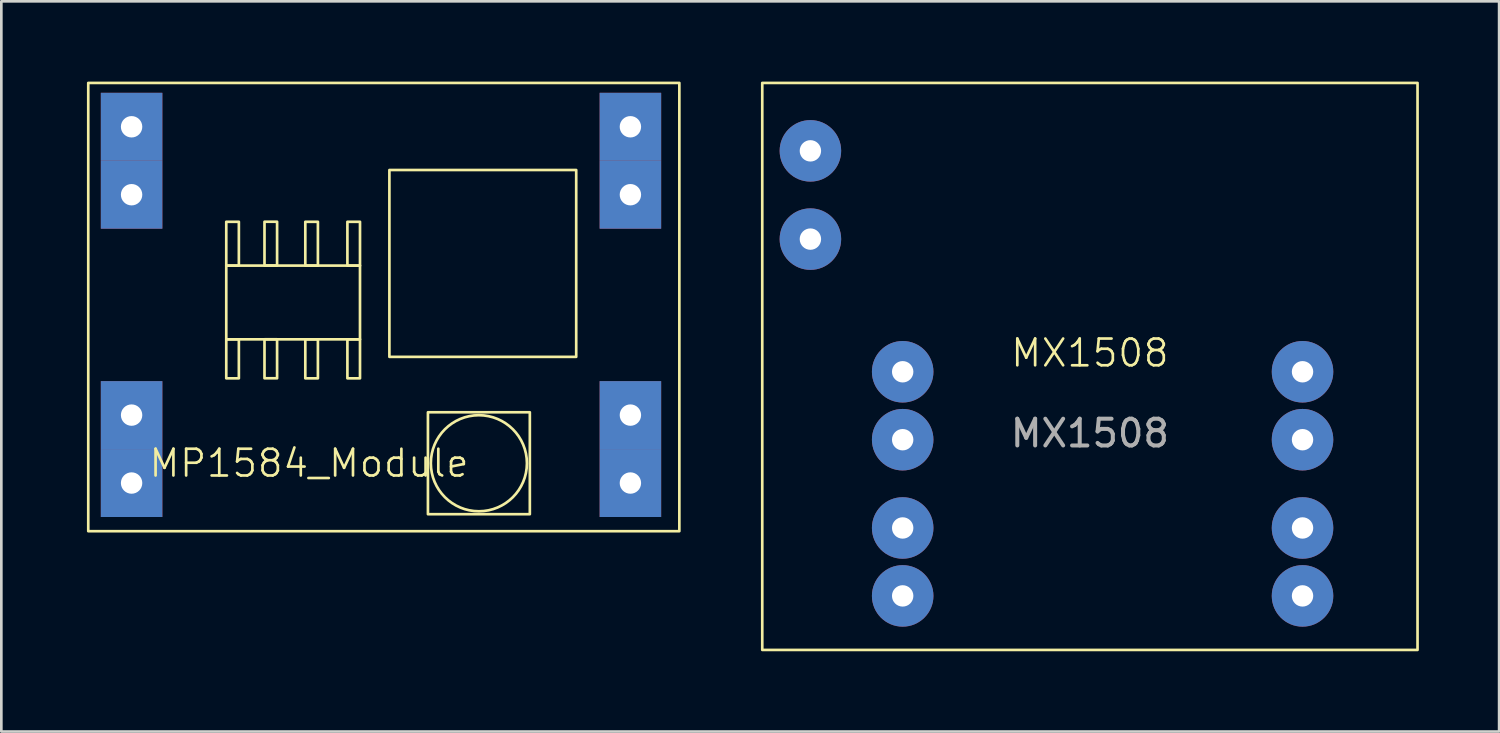
<source format=kicad_pcb>
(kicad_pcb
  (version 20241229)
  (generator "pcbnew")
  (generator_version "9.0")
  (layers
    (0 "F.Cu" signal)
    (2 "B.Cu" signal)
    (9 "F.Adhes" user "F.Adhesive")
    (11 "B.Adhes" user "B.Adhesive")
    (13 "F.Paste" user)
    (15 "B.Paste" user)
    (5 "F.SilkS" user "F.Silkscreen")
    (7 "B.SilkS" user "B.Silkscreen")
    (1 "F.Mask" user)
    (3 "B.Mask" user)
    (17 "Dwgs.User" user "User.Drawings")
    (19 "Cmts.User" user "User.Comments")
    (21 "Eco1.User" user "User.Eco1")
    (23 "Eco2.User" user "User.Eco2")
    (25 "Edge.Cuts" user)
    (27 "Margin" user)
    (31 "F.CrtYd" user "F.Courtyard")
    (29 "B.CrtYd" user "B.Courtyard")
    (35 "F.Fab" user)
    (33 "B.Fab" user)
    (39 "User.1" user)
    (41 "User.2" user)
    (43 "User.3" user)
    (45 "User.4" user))
  (footprint "MP1584_Module"
    (layer "F.Cu")
    (at 0.25 16.81)
    (property "Reference" "MP1584_Module" (at 8.255 -2.54 0) (unlocked yes) (layer "F.SilkS") (effects (font (size 1 1) (thickness 0.1))))
    (attr through_hole)
    (fp_rect (start 0 -16.76) (end 22.1 0) (stroke (width 0.1) (type solid)) (fill no) (layer "F.SilkS"))
    (fp_rect (start 5.16 -11.567) (end 5.631 -9.93) (stroke (width 0.1) (type default)) (fill no) (layer "F.SilkS"))
    (fp_rect (start 5.16 -9.93) (end 10.16 -7.172) (stroke (width 0.1) (type default)) (fill no) (layer "F.SilkS"))
    (fp_rect (start 5.16 -7.172) (end 5.631 -5.715) (stroke (width 0.1) (type default)) (fill no) (layer "F.SilkS"))
    (fp_rect (start 6.589 -11.569) (end 7.06 -9.932) (stroke (width 0.1) (type default)) (fill no) (layer "F.SilkS"))
    (fp_rect (start 6.589 -7.174) (end 7.06 -5.717) (stroke (width 0.1) (type default)) (fill no) (layer "F.SilkS"))
    (fp_rect (start 8.115 -11.567) (end 8.586 -9.93) (stroke (width 0.1) (type default)) (fill no) (layer "F.SilkS"))
    (fp_rect (start 8.115 -7.172) (end 8.586 -5.715) (stroke (width 0.1) (type default)) (fill no) (layer "F.SilkS"))
    (fp_rect (start 9.689 -11.567) (end 10.16 -9.93) (stroke (width 0.1) (type default)) (fill no) (layer "F.SilkS"))
    (fp_rect (start 9.689 -7.172) (end 10.16 -5.715) (stroke (width 0.1) (type default)) (fill no) (layer "F.SilkS"))
    (fp_rect (start 11.259 -13.503) (end 18.244 -6.518) (stroke (width 0.1) (type default)) (fill no) (layer "F.SilkS"))
    (fp_rect (start 12.7 -4.445) (end 16.51 -0.635) (stroke (width 0.1) (type default)) (fill no) (layer "F.SilkS"))
    (fp_circle (center 14.605 -2.54) (end 15.875 -1.27) (stroke (width 0.1) (type default)) (fill no) (layer "F.SilkS"))
    (pad "1" thru_hole rect (at 1.62 -1.8) (size 2.3 2.54) (drill 0.8) (layers "*.Cu" "*.Mask"))
    (pad "2" thru_hole rect (at 1.62 -4.34) (size 2.3 2.54) (drill 0.8) (layers "*.Cu" "*.Mask"))
    (pad "3" thru_hole rect (at 1.62 -12.58) (size 2.3 2.54) (drill 0.8) (layers "*.Cu" "*.Mask"))
    (pad "4" thru_hole rect (at 1.62 -15.12) (size 2.3 2.54) (drill 0.8) (layers "*.Cu" "*.Mask"))
    (pad "5" thru_hole rect (at 20.27 -1.8) (size 2.3 2.54) (drill 0.8) (layers "*.Cu" "*.Mask"))
    (pad "6" thru_hole rect (at 20.27 -4.34) (size 2.3 2.54) (drill 0.8) (layers "*.Cu" "*.Mask"))
    (pad "7" thru_hole rect (at 20.27 -12.58) (size 2.3 2.54) (drill 0.8) (layers "*.Cu" "*.Mask"))
    (pad "8" thru_hole rect (at 20.27 -15.12) (size 2.3 2.54) (drill 0.8) (layers "*.Cu" "*.Mask")))
  (footprint "MX1508"
    (layer "F.Cu")
    (at 37.7 10.65)
    (property "Reference" "MX1508" (at 0 -0.5 0) (unlocked yes) (layer "F.SilkS") (effects (font (size 1 1) (thickness 0.1))))
    (attr smd)
    (fp_rect (start -12.25 -10.6) (end 12.25 10.6) (stroke (width 0.1) (type default)) (fill no) (layer "F.SilkS"))
    (fp_text user "${REFERENCE}" (at 0 2.5 0) (unlocked yes) (layer "F.Fab") (effects (font (size 1 1) (thickness 0.15))))
    (pad "1" thru_hole circle (at -10.45 -8.06) (size 2.3 2.3) (drill 0.8) (layers "*.Cu" "*.Mask"))
    (pad "2" thru_hole circle (at -10.45 -4.76) (size 2.3 2.3) (drill 0.8) (layers "*.Cu" "*.Mask"))
    (pad "3" thru_hole circle (at -7 0.2) (size 2.3 2.3) (drill 0.8) (layers "*.Cu" "*.Mask"))
    (pad "4" thru_hole circle (at -7 2.74) (size 2.3 2.3) (drill 0.8) (layers "*.Cu" "*.Mask"))
    (pad "5" thru_hole circle (at -7 6.04) (size 2.3 2.3) (drill 0.8) (layers "*.Cu" "*.Mask"))
    (pad "6" thru_hole circle (at -7 8.58) (size 2.3 2.3) (drill 0.8) (layers "*.Cu" "*.Mask"))
    (pad "7" thru_hole circle (at 7.95 0.2) (size 2.3 2.3) (drill 0.8) (layers "*.Cu" "*.Mask"))
    (pad "8" thru_hole circle (at 7.95 2.74) (size 2.3 2.3) (drill 0.8) (layers "*.Cu" "*.Mask"))
    (pad "9" thru_hole circle (at 7.95 6.04) (size 2.3 2.3) (drill 0.8) (layers "*.Cu" "*.Mask"))
    (pad "10" thru_hole circle (at 7.95 8.58) (size 2.3 2.3) (drill 0.8) (layers "*.Cu" "*.Mask")))
  (gr_rect
    (start -3 -3)
    (end 53 24.3)
    (stroke (width 0.1) (type default))
    (fill no)
    (layer "Edge.Cuts")))
</source>
